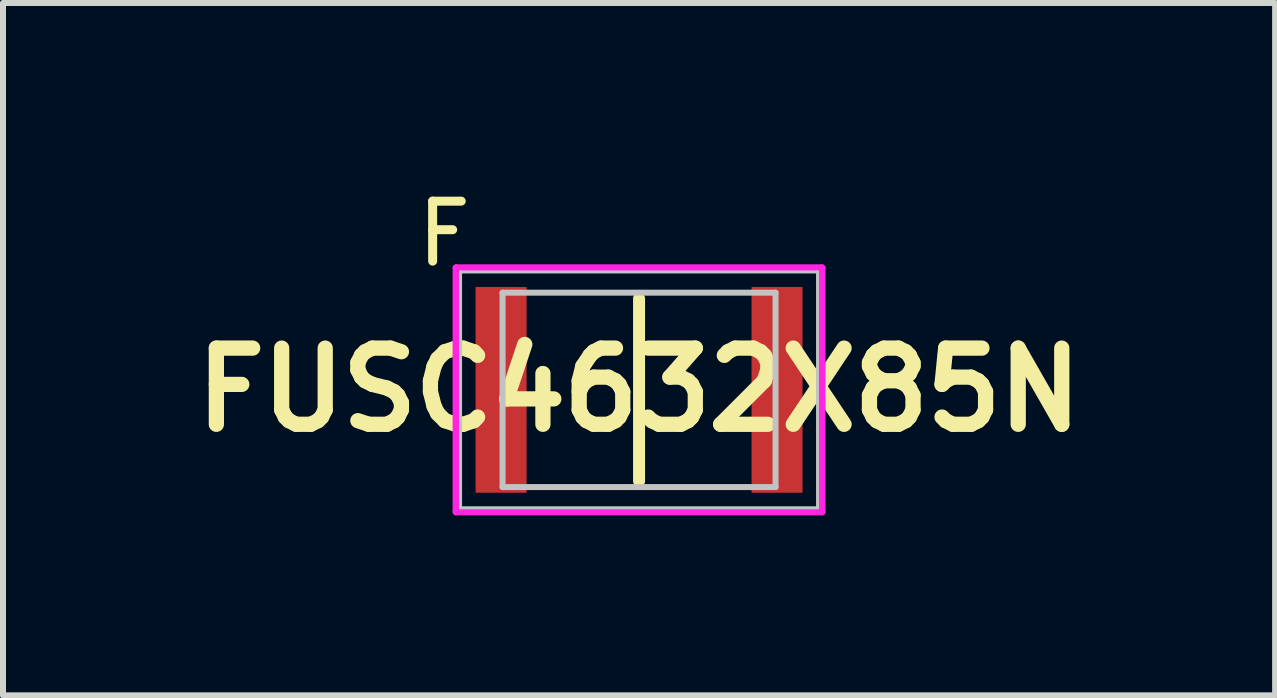
<source format=kicad_pcb>
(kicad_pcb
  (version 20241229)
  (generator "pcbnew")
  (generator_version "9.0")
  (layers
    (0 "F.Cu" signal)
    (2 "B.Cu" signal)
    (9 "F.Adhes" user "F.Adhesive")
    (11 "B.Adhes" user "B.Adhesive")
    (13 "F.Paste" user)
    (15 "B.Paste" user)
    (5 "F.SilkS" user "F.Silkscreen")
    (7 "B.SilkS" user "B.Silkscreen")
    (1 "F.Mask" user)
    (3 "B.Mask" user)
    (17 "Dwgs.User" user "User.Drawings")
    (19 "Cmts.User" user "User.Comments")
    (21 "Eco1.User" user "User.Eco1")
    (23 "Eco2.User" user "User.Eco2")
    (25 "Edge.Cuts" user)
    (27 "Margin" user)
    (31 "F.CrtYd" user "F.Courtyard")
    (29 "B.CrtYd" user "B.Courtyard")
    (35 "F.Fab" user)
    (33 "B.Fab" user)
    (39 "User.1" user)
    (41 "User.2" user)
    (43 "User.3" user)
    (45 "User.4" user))
  (footprint "FUSC4632X85N"
    (layer "F.Cu")
    (at 7.602 3.448)
    (property "Reference" "FUSC4632X85N" (at 0 0 0) (layer "F.SilkS") (effects (font (size 1.27 1.27) (thickness 0.254))))
    (attr smd)
    (fp_line (start 0 -1.52) (end 0 1.52) (stroke (width 0.2) (type solid)) (layer "F.SilkS"))
    (fp_line (start -2.975 -1.965) (end 2.975 -1.965) (stroke (width 0.05) (type solid)) (layer "Dwgs.User"))
    (fp_line (start -2.975 1.965) (end -2.975 -1.965) (stroke (width 0.05) (type solid)) (layer "Dwgs.User"))
    (fp_line (start -2.275 -1.62) (end 2.275 -1.62) (stroke (width 0.1) (type solid)) (layer "Dwgs.User"))
    (fp_line (start -2.275 1.62) (end -2.275 -1.62) (stroke (width 0.1) (type solid)) (layer "Dwgs.User"))
    (fp_line (start 2.275 -1.62) (end 2.275 1.62) (stroke (width 0.1) (type solid)) (layer "Dwgs.User"))
    (fp_line (start 2.275 1.62) (end -2.275 1.62) (stroke (width 0.1) (type solid)) (layer "Dwgs.User"))
    (fp_line (start 2.975 -1.965) (end 2.975 1.965) (stroke (width 0.05) (type solid)) (layer "Dwgs.User"))
    (fp_line (start 2.975 1.965) (end -2.975 1.965) (stroke (width 0.05) (type solid)) (layer "Dwgs.User"))
    (fp_line (start -3.048 -2.032) (end 3.048 -2.032) (stroke (width 0.12) (type solid)) (layer "F.CrtYd"))
    (fp_line (start -3.048 2.032) (end -3.048 -2.032) (stroke (width 0.12) (type solid)) (layer "F.CrtYd"))
    (fp_line (start 3.048 -2.032) (end 3.048 2.032) (stroke (width 0.12) (type solid)) (layer "F.CrtYd"))
    (fp_line (start 3.048 2.032) (end -3.048 2.032) (stroke (width 0.12) (type solid)) (layer "F.CrtYd"))
    (fp_text user "F" (at -3.25 -2.6 0) (layer "F.SilkS") (effects (font (size 1 1) (thickness 0.15))))
    (pad "1" smd rect (at -2.3 0) (size 0.85 3.43) (layers "F.Cu" "F.Mask" "F.Paste"))
    (pad "2" smd rect (at 2.3 0) (size 0.85 3.43) (layers "F.Cu" "F.Mask" "F.Paste")))
  (gr_rect
    (start -3 -3)
    (end 18.204 8.54)
    (stroke (width 0.1) (type default))
    (fill no)
    (layer "Edge.Cuts")))
</source>
